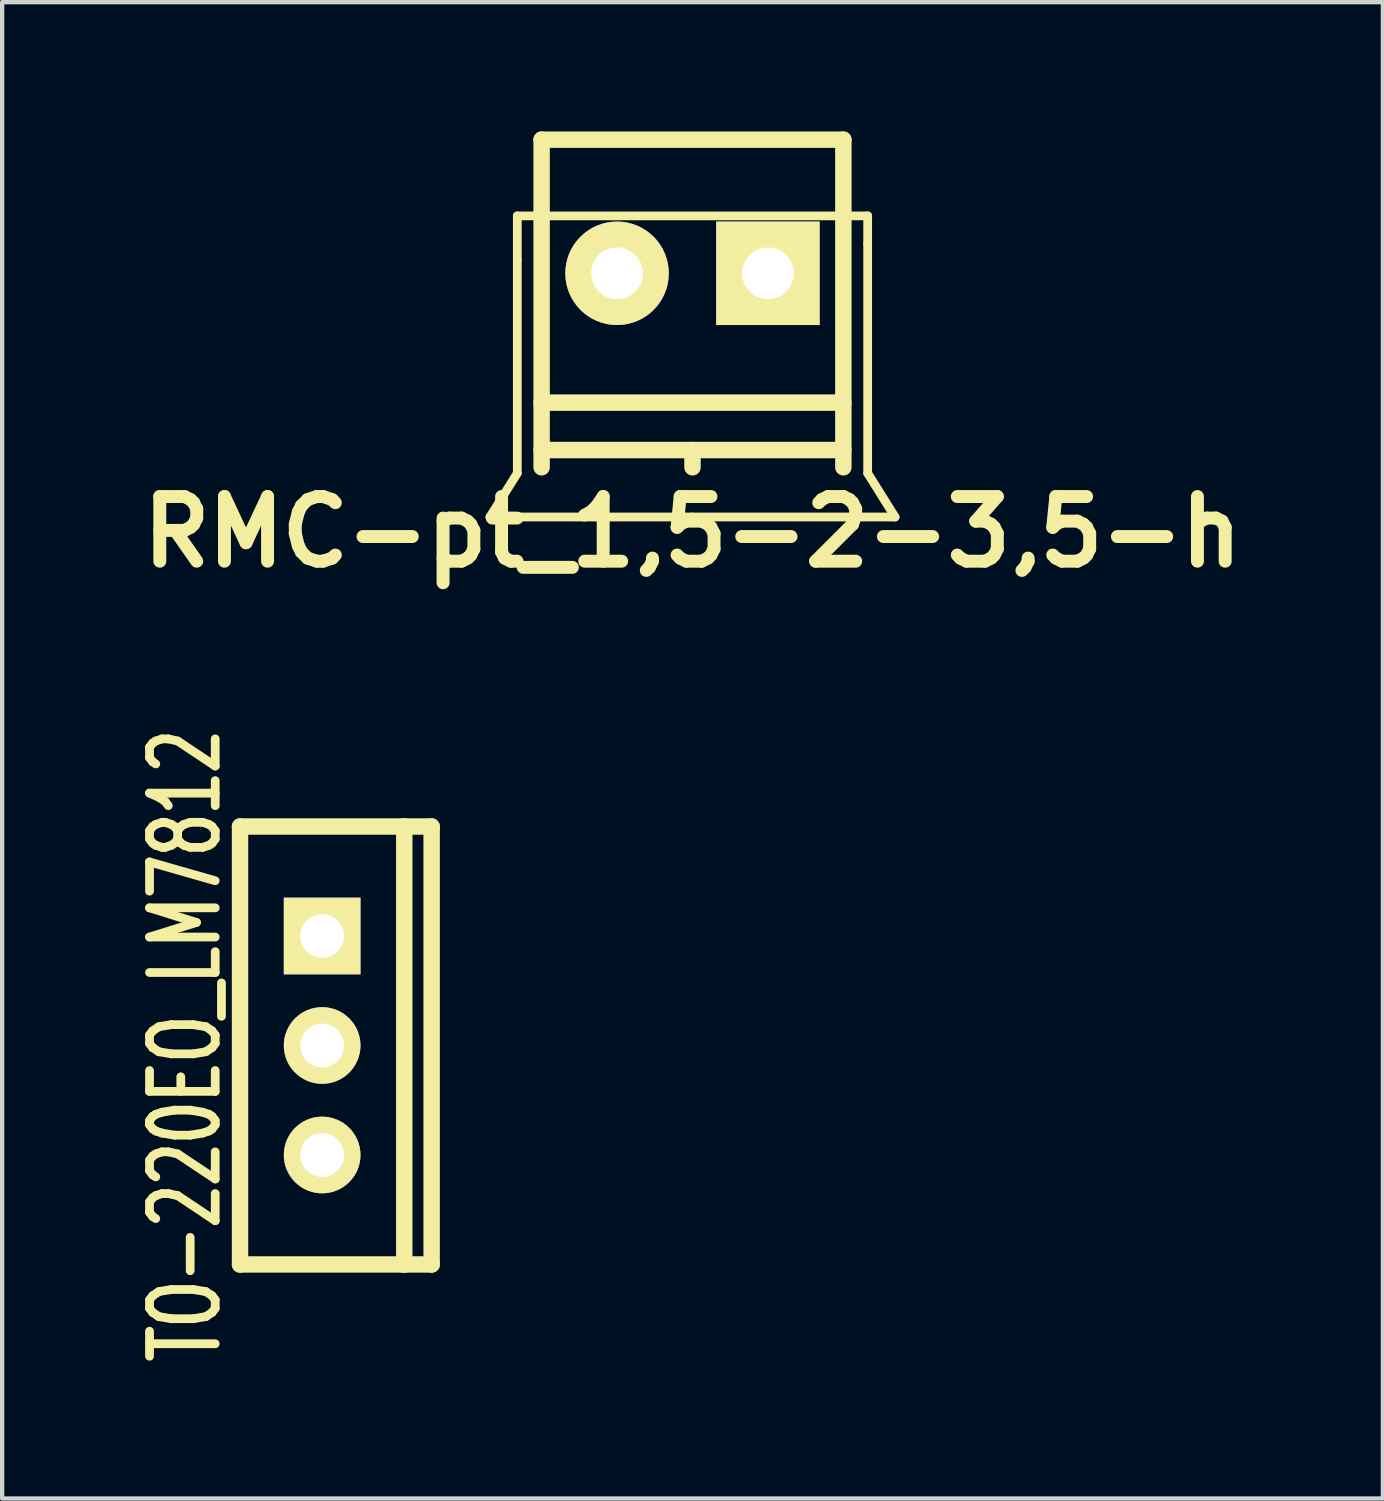
<source format=kicad_pcb>
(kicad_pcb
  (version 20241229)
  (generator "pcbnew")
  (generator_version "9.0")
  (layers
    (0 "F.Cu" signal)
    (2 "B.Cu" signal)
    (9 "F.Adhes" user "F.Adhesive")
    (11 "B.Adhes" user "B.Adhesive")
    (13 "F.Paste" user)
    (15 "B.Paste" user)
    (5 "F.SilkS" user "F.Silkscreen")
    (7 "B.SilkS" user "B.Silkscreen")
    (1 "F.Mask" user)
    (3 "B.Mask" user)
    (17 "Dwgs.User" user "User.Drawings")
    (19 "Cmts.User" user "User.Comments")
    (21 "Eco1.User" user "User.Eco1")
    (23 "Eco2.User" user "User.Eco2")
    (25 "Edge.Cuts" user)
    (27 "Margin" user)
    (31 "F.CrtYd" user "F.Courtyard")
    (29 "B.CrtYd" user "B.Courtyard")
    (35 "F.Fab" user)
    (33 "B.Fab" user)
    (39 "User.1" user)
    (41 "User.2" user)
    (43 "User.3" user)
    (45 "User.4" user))
  (footprint "RMC-pt_1,5-2-3,5-h"
    (layer "F.Cu")
    (at 13.014 3.99)
    (property "Reference" "RMC-pt_1,5-2-3,5-h" (at 0 5.3 0) (layer "F.SilkS") (effects (font (size 1.5 1.5) (thickness 0.3))))
    (attr through_hole)
    (fp_line (start -4.699 4.953) (end -4.064 3.937) (stroke (width 0.203) (type solid)) (layer "F.SilkS"))
    (fp_line (start -4.064 -2.032) (end -4.064 -1.016) (stroke (width 0.203) (type solid)) (layer "F.SilkS"))
    (fp_line (start -4.064 -1.016) (end -4.064 3.937) (stroke (width 0.203) (type solid)) (layer "F.SilkS"))
    (fp_line (start -3.5 -3.8) (end -3.5 3.8) (stroke (width 0.381) (type solid)) (layer "F.SilkS"))
    (fp_line (start -3.5 2.3) (end 3.5 2.3) (stroke (width 0.381) (type solid)) (layer "F.SilkS"))
    (fp_line (start -3.5 3.4) (end 3.5 3.4) (stroke (width 0.381) (type solid)) (layer "F.SilkS"))
    (fp_line (start 0 3.4) (end 0 3.8) (stroke (width 0.381) (type solid)) (layer "F.SilkS"))
    (fp_line (start 0 4.953) (end -4.699 4.953) (stroke (width 0.203) (type solid)) (layer "F.SilkS"))
    (fp_line (start 0 4.953) (end 4.699 4.953) (stroke (width 0.203) (type solid)) (layer "F.SilkS"))
    (fp_line (start 3.5 -3.8) (end -3.5 -3.8) (stroke (width 0.381) (type solid)) (layer "F.SilkS"))
    (fp_line (start 3.5 3.8) (end 3.5 -3.8) (stroke (width 0.381) (type solid)) (layer "F.SilkS"))
    (fp_line (start 4.064 -2.032) (end -4.064 -2.032) (stroke (width 0.203) (type solid)) (layer "F.SilkS"))
    (fp_line (start 4.064 -1.397) (end 4.064 -2.032) (stroke (width 0.203) (type solid)) (layer "F.SilkS"))
    (fp_line (start 4.064 -1.397) (end 4.064 3.937) (stroke (width 0.203) (type solid)) (layer "F.SilkS"))
    (fp_line (start 4.064 3.937) (end 4.699 4.953) (stroke (width 0.203) (type solid)) (layer "F.SilkS"))
    (pad "1" thru_hole rect (at 1.75 -0.7) (size 2.4 2.4) (drill 1.2) (layers "*.Cu" "*.Mask" "F.SilkS"))
    (pad "2" thru_hole circle (at -1.75 -0.7) (size 2.4 2.4) (drill 1.2) (layers "*.Cu" "*.Mask" "F.SilkS")))
  (footprint "TO-220EO_LM7812"
    (layer "F.Cu")
    (at 4.423 21.203)
    (property "Reference" "TO-220EO_LM7812" (at -3.175 0 90) (layer "F.SilkS") (effects (font (size 1.524 1.016) (thickness 0.203))))
    (attr through_hole)
    (fp_line (start -1.905 -5.08) (end 1.905 -5.08) (stroke (width 0.381) (type solid)) (layer "F.SilkS"))
    (fp_line (start -1.905 5.08) (end -1.905 -5.08) (stroke (width 0.381) (type solid)) (layer "F.SilkS"))
    (fp_line (start 1.905 -5.08) (end 1.905 5.08) (stroke (width 0.381) (type solid)) (layer "F.SilkS"))
    (fp_line (start 1.905 -5.08) (end 2.54 -5.08) (stroke (width 0.381) (type solid)) (layer "F.SilkS"))
    (fp_line (start 1.905 5.08) (end -1.905 5.08) (stroke (width 0.381) (type solid)) (layer "F.SilkS"))
    (fp_line (start 2.54 -5.08) (end 2.54 5.08) (stroke (width 0.381) (type solid)) (layer "F.SilkS"))
    (fp_line (start 2.54 5.08) (end 1.905 5.08) (stroke (width 0.381) (type solid)) (layer "F.SilkS"))
    (pad "GND" thru_hole circle (at 0 0) (size 1.778 1.778) (drill 1.016) (layers "*.Cu" "*.Mask" "F.SilkS"))
    (pad "VI" thru_hole rect (at 0 -2.54) (size 1.778 1.778) (drill 1.016) (layers "*.Cu" "*.Mask" "F.SilkS"))
    (pad "VO" thru_hole circle (at 0 2.54) (size 1.778 1.778) (drill 1.016) (layers "*.Cu" "*.Mask" "F.SilkS")))
  (gr_rect
    (start -3 -3)
    (end 29.029 31.712)
    (stroke (width 0.1) (type default))
    (fill no)
    (layer "Edge.Cuts")))
</source>
